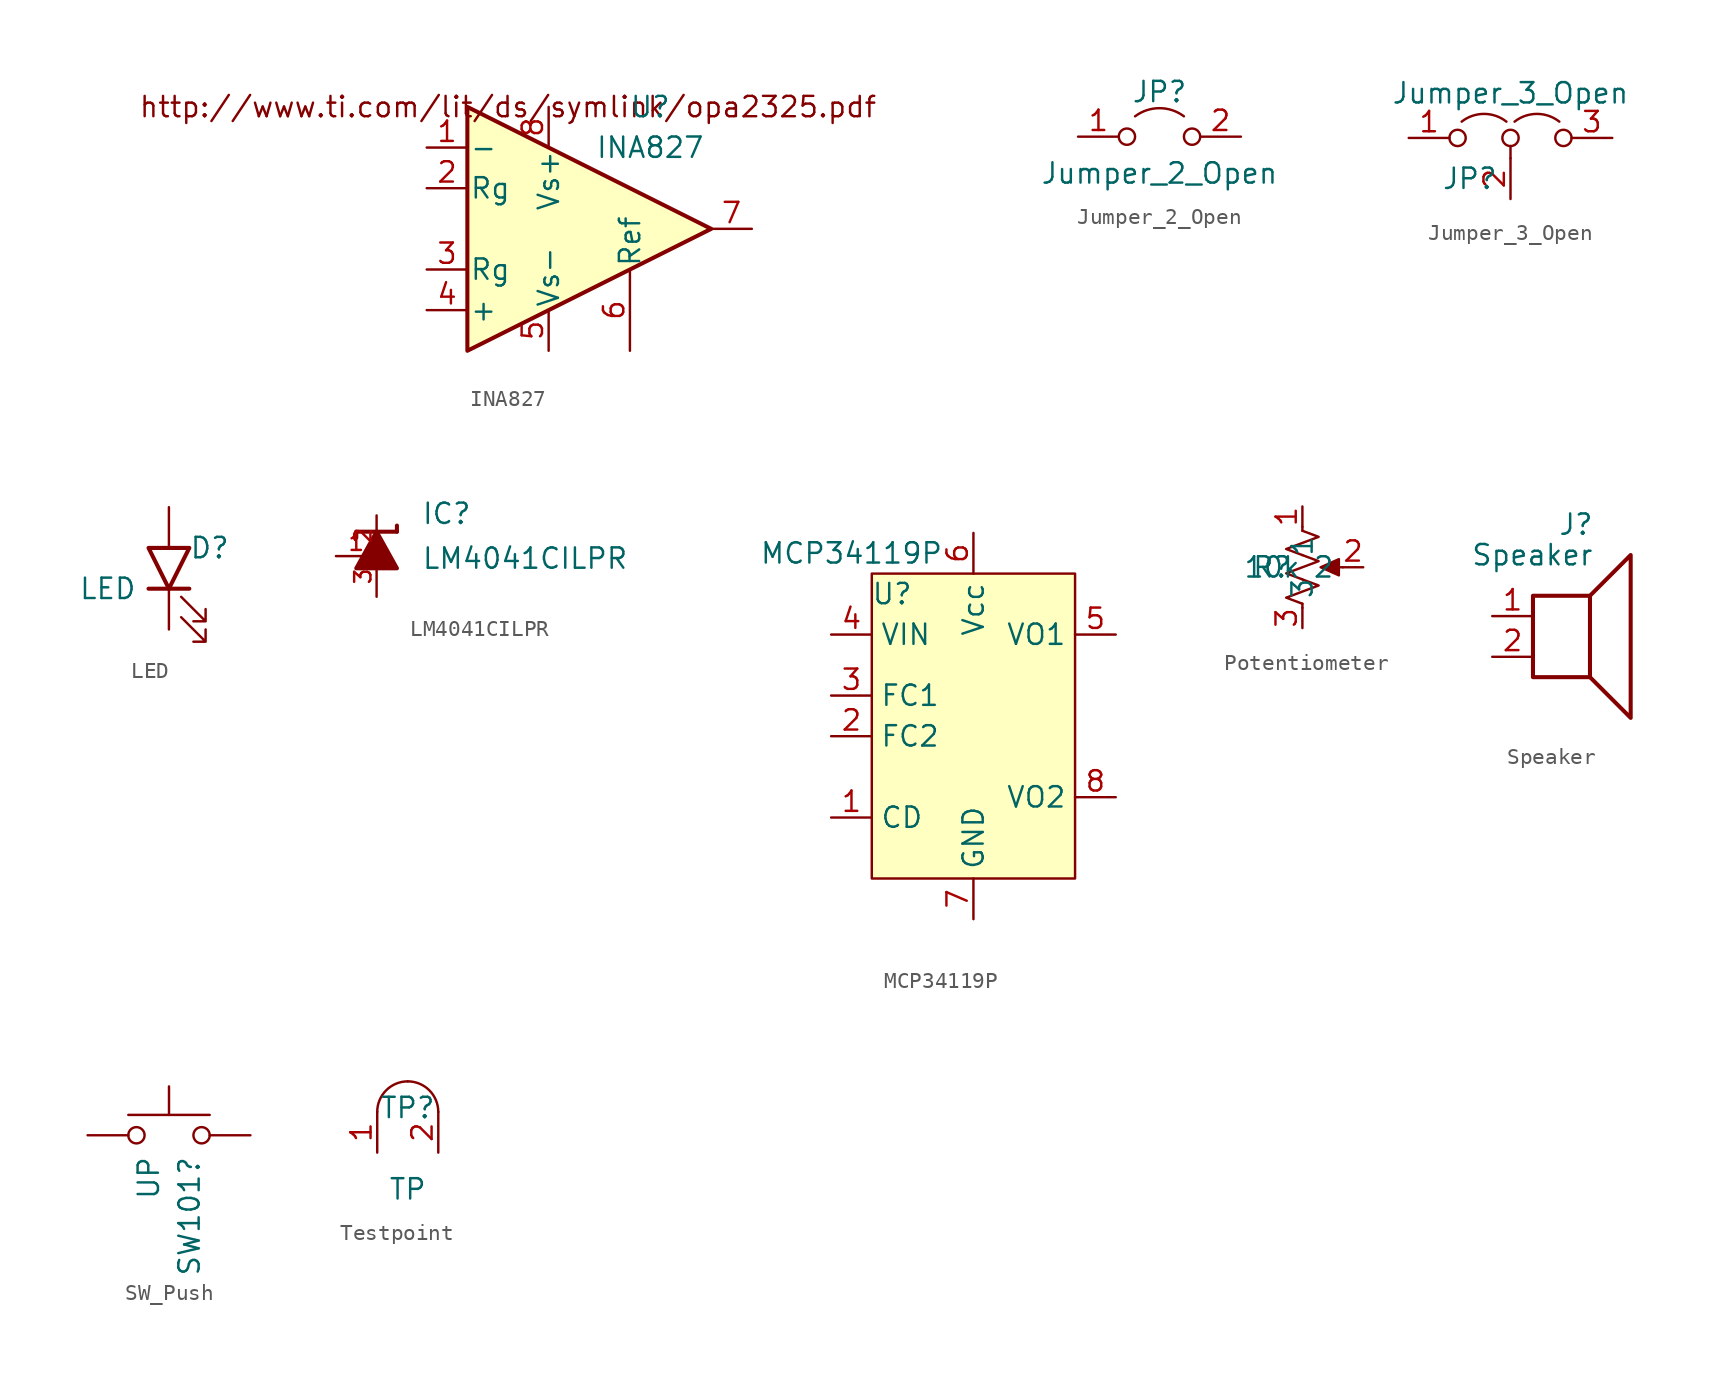
<source format=kicad_sym>
(kicad_symbol_lib
  (version 20241209)
  (generator "kicad_symbol_editor")
  (generator_version "9.0")
  (symbol "INA827"
    (pin_names
      (offset 0.127))
    (property "Reference" "U"
      (at 3.81 7.62 0)
      (effects (font (size 1.27 1.27))))
    (property "Value" "INA827"
      (at 3.81 5.08 0)
      (effects (font (size 1.27 1.27))))
    (symbol "INA827_0_0"
      (text "http://www.ti.com/lit/ds/symlink/opa2325.pdf" (at -5.08 7.62 0) (effects (font (size 1.27 1.27)))))
    (symbol "INA827_0_1"
      (polyline (pts (xy -7.62 7.62) (xy -7.62 -7.62) (xy 7.62 0) (xy -7.62 7.62)) (stroke (width 0.254) (type default)) (fill (type background))))
    (symbol "INA827_1_1"
      (pin input line (at -10.16 5.08 0) (length 2.54) (name "-" (effects (font (size 1.27 1.27)))) (number "1" (effects (font (size 1.27 1.27)))))
      (pin passive line (at -10.16 2.54 0) (length 2.54) (name "Rg" (effects (font (size 1.27 1.27)))) (number "2" (effects (font (size 1.27 1.27)))))
      (pin passive line (at -10.16 -2.54 0) (length 2.54) (name "Rg" (effects (font (size 1.27 1.27)))) (number "3" (effects (font (size 1.27 1.27)))))
      (pin input line (at -10.16 -5.08 0) (length 2.54) (name "+" (effects (font (size 1.27 1.27)))) (number "4" (effects (font (size 1.27 1.27)))))
      (pin power_in line (at -2.54 7.62 270) (length 2.54) (name "Vs+" (effects (font (size 1.27 1.27)))) (number "8" (effects (font (size 1.27 1.27)))))
      (pin power_in line (at -2.54 -7.62 90) (length 2.54) (name "Vs-" (effects (font (size 1.27 1.27)))) (number "5" (effects (font (size 1.27 1.27)))))
      (pin passive line (at 2.54 -7.62 90) (length 5.08) (name "Ref" (effects (font (size 1.27 1.27)))) (number "6" (effects (font (size 1.27 1.27)))))
      (pin output line (at 10.16 0 180) (length 2.54) (name "~" (effects (font (size 1.27 1.27)))) (number "7" (effects (font (size 1.27 1.27)))))))
  (symbol "Jumper_2_Open"
    (pin_names
      (offset 0)
      (hide yes))
    (property "Reference" "JP"
      (at 0 2.794 0)
      (effects (font (size 1.27 1.27))))
    (property "Value" "Jumper_2_Open"
      (at 0 -2.286 0)
      (effects (font (size 1.27 1.27))))
    (symbol "Jumper_2_Open_0_0"
      (circle (center -2.032 0) (radius 0.508) (stroke (width 0) (type default)) (fill (type none)))
      (circle (center 2.032 0) (radius 0.508) (stroke (width 0) (type default)) (fill (type none))))
    (symbol "Jumper_2_Open_0_1"
      (arc (start -1.524 1.27) (mid 0 1.778) (end 1.524 1.27) (stroke (width 0) (type default)) (fill (type none))))
    (symbol "Jumper_2_Open_1_1"
      (pin passive line (at -5.08 0 0) (length 2.54) (name "A" (effects (font (size 1.27 1.27)))) (number "1" (effects (font (size 1.27 1.27)))))
      (pin passive line (at 5.08 0 180) (length 2.54) (name "B" (effects (font (size 1.27 1.27)))) (number "2" (effects (font (size 1.27 1.27)))))))
  (symbol "Jumper_3_Open"
    (pin_names
      (offset 0)
      (hide yes))
    (property "Reference" "JP"
      (at -2.54 -2.54 0)
      (effects (font (size 1.27 1.27))))
    (property "Value" "Jumper_3_Open"
      (at 0 2.794 0)
      (effects (font (size 1.27 1.27))))
    (symbol "Jumper_3_Open_0_0"
      (circle (center -3.302 0) (radius 0.508) (stroke (width 0) (type default)) (fill (type none)))
      (circle (center 0 0) (radius 0.508) (stroke (width 0) (type default)) (fill (type none)))
      (circle (center 3.302 0) (radius 0.508) (stroke (width 0) (type default)) (fill (type none))))
    (symbol "Jumper_3_Open_0_1"
      (arc (start -3.048 1.016) (mid -1.651 1.4992) (end -0.254 1.016) (stroke (width 0) (type default)) (fill (type none)))
      (polyline (pts (xy 0 -0.508) (xy 0 -1.27)) (stroke (width 0) (type default)) (fill (type none)))
      (arc (start 0.254 1.016) (mid 1.651 1.4992) (end 3.048 1.016) (stroke (width 0) (type default)) (fill (type none))))
    (symbol "Jumper_3_Open_1_1"
      (pin passive line (at -6.35 0 0) (length 2.54) (name "A" (effects (font (size 1.27 1.27)))) (number "1" (effects (font (size 1.27 1.27)))))
      (pin passive line (at 0 -3.81 90) (length 2.54) (name "C" (effects (font (size 1.27 1.27)))) (number "2" (effects (font (size 1.27 1.27)))))
      (pin passive line (at 6.35 0 180) (length 2.54) (name "B" (effects (font (size 1.27 1.27)))) (number "3" (effects (font (size 1.27 1.27)))))))
  (symbol "LED"
    (pin_numbers
      (hide yes))
    (pin_names
      (offset 1.016)
      (hide yes))
    (property "Reference" "D"
      (at 1.27 1.27 0)
      (effects (font (size 1.27 1.27))))
    (property "Value" "LED"
      (at -5.08 -1.27 0)
      (effects (font (size 1.27 1.27))))
    (symbol "LED_0_1"
      (polyline (pts (xy -0.508 -1.778) (xy 1.016 -3.302) (xy 1.016 -2.54) (xy 1.016 -3.302) (xy 0.254 -3.302)) (stroke (width 0) (type default)) (fill (type none)))
      (polyline (pts (xy -0.508 -3.048) (xy 1.016 -4.572) (xy 1.016 -3.81) (xy 1.016 -4.572) (xy 0.254 -4.572)) (stroke (width 0) (type default)) (fill (type none)))
      (polyline (pts (xy 0 1.27) (xy -2.54 1.27) (xy -1.27 -1.27) (xy 0 1.27)) (stroke (width 0.254) (type default)) (fill (type none)))
      (polyline (pts (xy 0 -1.27) (xy -2.54 -1.27)) (stroke (width 0.254) (type default)) (fill (type none))))
    (symbol "LED_1_1"
      (pin passive line (at -1.27 3.81 270) (length 2.54) (name "A" (effects (font (size 1.27 1.27)))) (number "2" (effects (font (size 1.27 1.27)))))
      (pin passive line (at -1.27 -3.81 90) (length 2.54) (name "K" (effects (font (size 1.27 1.27)))) (number "1" (effects (font (size 1.27 1.27)))))))
  (symbol "LM4041CILPR"
    (pin_names
      (offset 1.016))
    (property "Reference" "IC"
      (at 2.796 1.907 0)
      (effects (font (size 1.27 1.27)) (justify left bottom)))
    (property "Value" "LM4041CILPR"
      (at 2.796 -0.89 0)
      (effects (font (size 1.27 1.27)) (justify left bottom)))
    (symbol "LM4041CILPR_0_0"
      (polyline (pts (xy -1.27 1.524) (xy -1.27 1.143)) (stroke (width 0.254) (type default)) (fill (type none)))
      (polyline (pts (xy 0 1.524) (xy -1.27 1.524)) (stroke (width 0.254) (type default)) (fill (type none)))
      (polyline (pts (xy 0 1.524) (xy -1.27 -0.762) (xy 1.27 -0.762) (xy 0 1.524)) (stroke (width 0.254) (type default)) (fill (type outline)))
      (polyline (pts (xy 1.27 1.905) (xy 1.27 1.524)) (stroke (width 0.254) (type default)) (fill (type none)))
      (polyline (pts (xy 1.27 1.524) (xy 0 1.524)) (stroke (width 0.254) (type default)) (fill (type none)))
      (pin passive line (at -2.54 0 0) (length 2.54) (name "~" (effects (font (size 1.016 1.016)))) (number "1" (effects (font (size 1.016 1.016)))))
      (pin passive line (at 0 2.54 270) (length 2.54) (name "~" (effects (font (size 1.016 1.016)))) (number "2" (effects (font (size 1.016 1.016)))))
      (pin passive line (at 0 -2.54 90) (length 2.54) (name "~" (effects (font (size 1.016 1.016)))) (number "3" (effects (font (size 1.016 1.016)))))))
  (symbol "MCP34119P"
    (property "Reference" "U"
      (at -5.08 7.62 0)
      (effects (font (size 1.27 1.27))))
    (property "Value" "MCP34119P"
      (at -7.62 10.16 0)
      (effects (font (size 1.27 1.27))))
    (symbol "MCP34119P_1_1"
      (rectangle (start -6.35 8.89) (end 6.35 -10.16) (stroke (width 0) (type default)) (fill (type background)))
      (pin input line (at -8.89 5.08 0) (length 2.54) (name "VIN" (effects (font (size 1.27 1.27)))) (number "4" (effects (font (size 1.27 1.27)))))
      (pin input line (at -8.89 1.27 0) (length 2.54) (name "FC1" (effects (font (size 1.27 1.27)))) (number "3" (effects (font (size 1.27 1.27)))))
      (pin input line (at -8.89 -1.27 0) (length 2.54) (name "FC2" (effects (font (size 1.27 1.27)))) (number "2" (effects (font (size 1.27 1.27)))))
      (pin input line (at -8.89 -6.35 0) (length 2.54) (name "CD" (effects (font (size 1.27 1.27)))) (number "1" (effects (font (size 1.27 1.27)))))
      (pin power_in line (at 0 11.43 270) (length 2.54) (name "Vcc" (effects (font (size 1.27 1.27)))) (number "6" (effects (font (size 1.27 1.27)))))
      (pin power_in line (at 0 -12.7 90) (length 2.54) (name "GND" (effects (font (size 1.27 1.27)))) (number "7" (effects (font (size 1.27 1.27)))))
      (pin output line (at 8.89 5.08 180) (length 2.54) (name "VO1" (effects (font (size 1.27 1.27)))) (number "5" (effects (font (size 1.27 1.27)))))
      (pin output line (at 8.89 -5.08 180) (length 2.54) (name "VO2" (effects (font (size 1.27 1.27)))) (number "8" (effects (font (size 1.27 1.27)))))))
  (symbol "Potentiometer"
    (property "Reference" "R"
      (at 0 0 0)
      (effects (font (size 1.27 1.27))))
    (property "Value" "10k"
      (at 0 0 0)
      (effects (font (size 1.27 1.27))))
    (symbol "Potentiometer_0_1"
      (polyline (pts (xy 1.905 2.54) (xy 1.905 2.286)) (stroke (width 0) (type default)) (fill (type none)))
      (polyline (pts (xy 1.905 2.286) (xy 2.921 1.905) (xy 1.905 1.524) (xy 0.889 1.143) (xy 1.905 0.762)) (stroke (width 0) (type default)) (fill (type none)))
      (polyline (pts (xy 1.905 0.762) (xy 2.921 0.381) (xy 1.905 0) (xy 0.889 -0.381) (xy 1.905 -0.762)) (stroke (width 0) (type default)) (fill (type none)))
      (polyline (pts (xy 1.905 -0.762) (xy 2.921 -1.143) (xy 1.905 -1.524) (xy 0.889 -1.905) (xy 1.905 -2.286)) (stroke (width 0) (type default)) (fill (type none)))
      (polyline (pts (xy 1.905 -2.286) (xy 1.905 -2.54)) (stroke (width 0) (type default)) (fill (type none)))
      (polyline (pts (xy 3.048 0) (xy 4.191 0.508) (xy 4.191 -0.508) (xy 3.048 0)) (stroke (width 0) (type default)) (fill (type outline)))
      (polyline (pts (xy 4.445 0) (xy 3.429 0)) (stroke (width 0) (type default)) (fill (type none))))
    (symbol "Potentiometer_1_1"
      (pin passive line (at 1.905 3.81 270) (length 1.27) (name "1" (effects (font (size 1.27 1.27)))) (number "1" (effects (font (size 1.27 1.27)))))
      (pin passive line (at 1.905 -3.81 90) (length 1.27) (name "3" (effects (font (size 1.27 1.27)))) (number "3" (effects (font (size 1.27 1.27)))))
      (pin passive line (at 5.715 0 180) (length 1.27) (name "2" (effects (font (size 1.27 1.27)))) (number "2" (effects (font (size 1.27 1.27)))))))
  (symbol "Speaker"
    (pin_names
      (offset 0)
      (hide yes))
    (property "Reference" "J"
      (at 1.27 5.715 0)
      (effects (font (size 1.27 1.27)) (justify right)))
    (property "Value" "Speaker"
      (at 1.27 3.81 0)
      (effects (font (size 1.27 1.27)) (justify right)))
    (symbol "Speaker_0_0"
      (rectangle (start -2.54 1.27) (end 1.016 -3.81) (stroke (width 0.254) (type default)) (fill (type none)))
      (polyline (pts (xy 1.016 1.27) (xy 3.556 3.81) (xy 3.556 -6.35) (xy 1.016 -3.81)) (stroke (width 0.254) (type default)) (fill (type none))))
    (symbol "Speaker_1_1"
      (pin input line (at -5.08 0 0) (length 2.54) (name "1" (effects (font (size 1.27 1.27)))) (number "1" (effects (font (size 1.27 1.27)))))
      (pin input line (at -5.08 -2.54 0) (length 2.54) (name "2" (effects (font (size 1.27 1.27)))) (number "2" (effects (font (size 1.27 1.27)))))))
  (symbol "SW_Push"
    (pin_numbers
      (hide yes))
    (pin_names
      (offset 1.016)
      (hide yes))
    (property "Reference" "SW101"
      (at 1.27 -1.27 90)
      (effects (font (size 1.27 1.27)) (justify right)))
    (property "Value" "UP"
      (at -1.27 -1.27 90)
      (effects (font (size 1.27 1.27)) (justify right)))
    (symbol "SW_Push_0_1"
      (circle (center -2.032 0) (radius 0.508) (stroke (width 0) (type default)) (fill (type none)))
      (polyline (pts (xy 0 1.27) (xy 0 3.048)) (stroke (width 0) (type default)) (fill (type none)))
      (circle (center 2.032 0) (radius 0.508) (stroke (width 0) (type default)) (fill (type none)))
      (polyline (pts (xy 2.54 1.27) (xy -2.54 1.27)) (stroke (width 0) (type default)) (fill (type none)))
      (pin passive line (at -5.08 0 0) (length 2.54) (name "1" (effects (font (size 1.27 1.27)))) (number "1" (effects (font (size 1.27 1.27)))))
      (pin passive line (at 5.08 0 180) (length 2.54) (name "2" (effects (font (size 1.27 1.27)))) (number "2" (effects (font (size 1.27 1.27)))))))
  (symbol "Testpoint"
    (pin_names
      (offset 0)
      (hide yes))
    (property "Reference" "TP"
      (at 0 2.794 0)
      (effects (font (size 1.27 1.27))))
    (property "Value" "TP"
      (at 0 -2.286 0)
      (effects (font (size 1.27 1.27))))
    (symbol "Testpoint_0_1"
      (arc (start 0.0001 4.4451) (mid 1.3471 3.8871) (end 1.9051 2.5401) (stroke (width 0) (type default)) (fill (type none)))
      (arc (start -1.905 2.54) (mid -1.347 3.887) (end 0 4.445) (stroke (width 0) (type default)) (fill (type none))))
    (symbol "Testpoint_1_1"
      (pin passive line (at -1.905 0 90) (length 2.54) (name "A" (effects (font (size 1.27 1.27)))) (number "1" (effects (font (size 1.27 1.27)))))
      (pin passive line (at 1.905 0 90) (length 2.54) (name "B" (effects (font (size 1.27 1.27)))) (number "2" (effects (font (size 1.27 1.27))))))))
</source>
